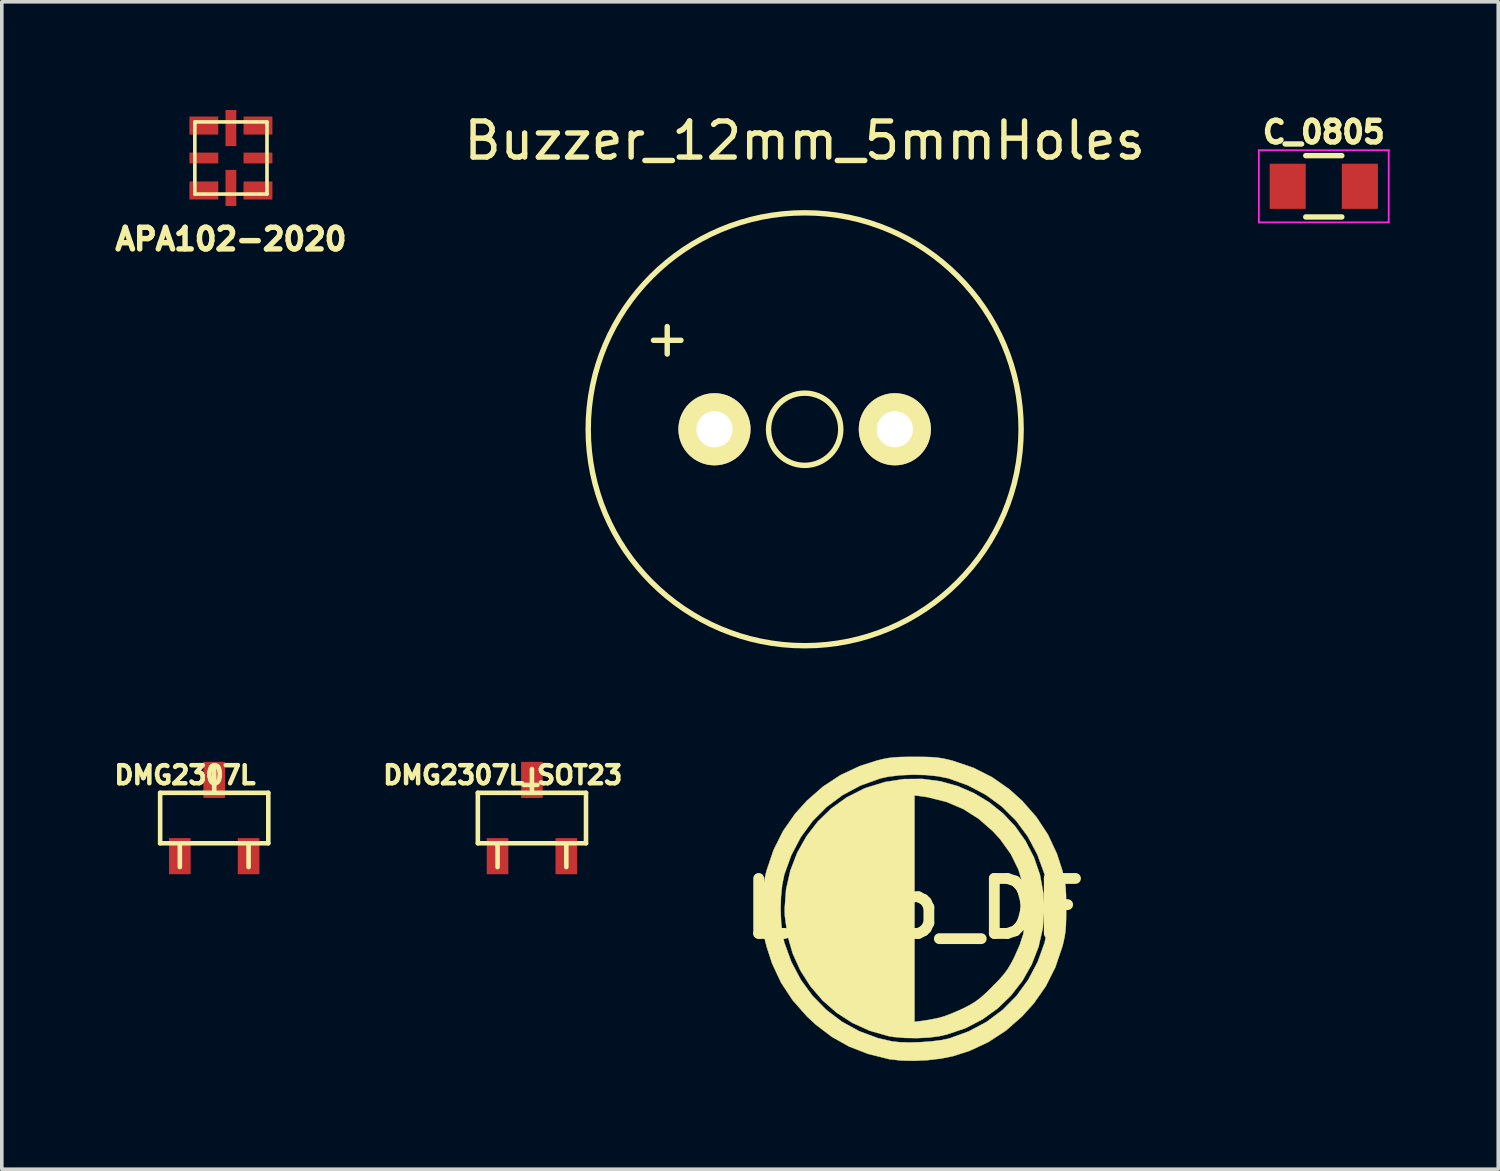
<source format=kicad_pcb>
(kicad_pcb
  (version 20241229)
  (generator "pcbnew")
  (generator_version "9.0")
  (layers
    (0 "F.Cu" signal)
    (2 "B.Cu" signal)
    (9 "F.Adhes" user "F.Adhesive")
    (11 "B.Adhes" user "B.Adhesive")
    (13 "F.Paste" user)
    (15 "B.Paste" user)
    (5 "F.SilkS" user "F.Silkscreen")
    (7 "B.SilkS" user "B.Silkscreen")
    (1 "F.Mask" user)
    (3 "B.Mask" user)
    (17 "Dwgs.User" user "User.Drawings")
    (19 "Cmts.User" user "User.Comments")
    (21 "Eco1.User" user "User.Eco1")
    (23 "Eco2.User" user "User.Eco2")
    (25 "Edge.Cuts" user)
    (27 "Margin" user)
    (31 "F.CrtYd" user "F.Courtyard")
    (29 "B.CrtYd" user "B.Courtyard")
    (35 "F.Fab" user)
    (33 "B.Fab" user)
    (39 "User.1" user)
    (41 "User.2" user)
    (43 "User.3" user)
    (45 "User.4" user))
  (footprint "Logo_DF"
    (layer "F.Cu")
    (at 22.299 22.135)
    (property "Reference" "Logo_DF" (at 0 0 0) (layer "F.SilkS") (effects (font (size 1.524 1.524) (thickness 0.3))))
    (attr through_hole)
    (fp_poly (pts (xy 0.72 -3.527) (xy 1.2 -3.394) (xy 1.653 -3.197) (xy 2.075 -2.942) (xy 2.458 -2.633) (xy 2.795 -2.273) (xy 3.082 -1.867) (xy 3.312 -1.42) (xy 3.479 -0.935) (xy 3.575 -0.416) (xy 3.598 0) (xy 3.558 0.541) (xy 3.44 1.059) (xy 3.25 1.547) (xy 2.994 2) (xy 2.677 2.409) (xy 2.304 2.77) (xy 1.881 3.074) (xy 1.414 3.316) (xy 0.907 3.488) (xy 0.684 3.539) (xy 0.4 3.576) (xy 0.072 3.592) (xy -0.265 3.586) (xy -0.575 3.559) (xy -0.72 3.535) (xy -1.236 3.389) (xy -1.716 3.172) (xy -1.765 3.141) (xy 0 3.141) (xy 0.222 3.113) (xy 0.395 3.086) (xy 0.592 3.048) (xy 0.699 3.024) (xy 0.849 2.978) (xy 1.044 2.904) (xy 1.25 2.815) (xy 1.355 2.766) (xy 1.539 2.671) (xy 1.69 2.579) (xy 1.83 2.474) (xy 1.982 2.339) (xy 2.161 2.163) (xy 2.343 1.976) (xy 2.478 1.822) (xy 2.584 1.679) (xy 2.676 1.524) (xy 2.764 1.355) (xy 2.913 1.022) (xy 3.012 0.722) (xy 3.066 0.426) (xy 3.084 0.102) (xy 3.08 -0.106) (xy 3.021 -0.606) (xy 2.885 -1.073) (xy 2.671 -1.51) (xy 2.377 -1.92) (xy 2.178 -2.139) (xy 1.781 -2.487) (xy 1.351 -2.76) (xy 0.883 -2.958) (xy 0.37 -3.086) (xy 0.201 -3.112) (xy 0 -3.138) (xy 0 3.141) (xy -1.765 3.141) (xy -2.155 2.889) (xy -2.545 2.548) (xy -2.883 2.155) (xy -3.162 1.717) (xy -3.377 1.242) (xy -3.522 0.735) (xy -3.593 0.204) (xy -3.598 0) (xy -3.558 -0.537) (xy -3.44 -1.055) (xy -3.251 -1.545) (xy -2.995 -2.001) (xy -2.677 -2.414) (xy -2.304 -2.776) (xy -1.879 -3.081) (xy -1.408 -3.32) (xy -1.336 -3.349) (xy -0.814 -3.509) (xy -0.293 -3.589) (xy 0.22 -3.594) (xy 0.72 -3.527)) (stroke (width 0.01) (type solid)) (fill yes) (layer "F.SilkS"))
    (fp_poly (pts (xy 0.271 -4.204) (xy 0.48 -4.197) (xy 0.649 -4.182) (xy 0.803 -4.158) (xy 0.964 -4.122) (xy 1.06 -4.097) (xy 1.629 -3.904) (xy 2.15 -3.642) (xy 2.63 -3.307) (xy 2.986 -2.986) (xy 3.381 -2.536) (xy 3.701 -2.048) (xy 3.949 -1.518) (xy 4.097 -1.06) (xy 4.141 -0.887) (xy 4.171 -0.733) (xy 4.19 -0.574) (xy 4.201 -0.389) (xy 4.205 -0.155) (xy 4.205 0) (xy 4.204 0.271) (xy 4.197 0.48) (xy 4.182 0.649) (xy 4.158 0.803) (xy 4.122 0.964) (xy 4.097 1.06) (xy 3.904 1.629) (xy 3.642 2.15) (xy 3.307 2.63) (xy 2.986 2.986) (xy 2.535 3.382) (xy 2.047 3.701) (xy 1.52 3.947) (xy 1.06 4.093) (xy 0.732 4.159) (xy 0.365 4.202) (xy -0.013 4.22) (xy -0.373 4.212) (xy -0.685 4.177) (xy -0.71 4.173) (xy -1.289 4.028) (xy -1.813 3.824) (xy -2.294 3.554) (xy -2.742 3.213) (xy -2.986 2.985) (xy -3.381 2.536) (xy -3.7 2.049) (xy -3.948 1.519) (xy -4.097 1.06) (xy -4.141 0.887) (xy -4.171 0.733) (xy -4.19 0.574) (xy -4.201 0.389) (xy -4.205 0.155) (xy -4.205 0.03) (xy -3.71 0.03) (xy -3.696 0.388) (xy -3.658 0.715) (xy -3.608 0.944) (xy -3.411 1.484) (xy -3.148 1.979) (xy -2.823 2.422) (xy -2.442 2.81) (xy -2.011 3.137) (xy -1.533 3.399) (xy -1.016 3.591) (xy -0.628 3.681) (xy -0.409 3.705) (xy -0.136 3.712) (xy 0.165 3.704) (xy 0.466 3.682) (xy 0.74 3.648) (xy 0.958 3.603) (xy 0.966 3.6) (xy 1.508 3.403) (xy 2.002 3.139) (xy 2.443 2.809) (xy 2.829 2.419) (xy 3.155 1.972) (xy 3.418 1.472) (xy 3.608 0.944) (xy 3.666 0.663) (xy 3.7 0.329) (xy 3.71 -0.03) (xy 3.696 -0.388) (xy 3.658 -0.715) (xy 3.608 -0.944) (xy 3.408 -1.495) (xy 3.143 -1.995) (xy 2.814 -2.439) (xy 2.424 -2.827) (xy 1.978 -3.153) (xy 1.476 -3.417) (xy 0.944 -3.608) (xy 0.66 -3.666) (xy 0.322 -3.701) (xy -0.04 -3.71) (xy -0.4 -3.695) (xy -0.731 -3.655) (xy -0.953 -3.606) (xy -1.499 -3.409) (xy -1.995 -3.144) (xy -2.438 -2.815) (xy -2.825 -2.426) (xy -3.152 -1.979) (xy -3.415 -1.478) (xy -3.608 -0.944) (xy -3.666 -0.663) (xy -3.7 -0.329) (xy -3.71 0.03) (xy -4.205 0.03) (xy -4.205 0) (xy -4.204 -0.271) (xy -4.197 -0.48) (xy -4.182 -0.649) (xy -4.158 -0.803) (xy -4.122 -0.964) (xy -4.097 -1.06) (xy -3.904 -1.629) (xy -3.642 -2.15) (xy -3.307 -2.63) (xy -2.986 -2.986) (xy -2.536 -3.381) (xy -2.048 -3.701) (xy -1.518 -3.949) (xy -1.06 -4.097) (xy -0.887 -4.141) (xy -0.733 -4.171) (xy -0.574 -4.19) (xy -0.389 -4.201) (xy -0.155 -4.205) (xy 0 -4.205) (xy 0.271 -4.204)) (stroke (width 0.01) (type solid)) (fill yes) (layer "F.SilkS")))
  (footprint "DMG2307L_SOT23"
    (layer "F.Cu")
    (at 11.695 19.626)
    (property "Reference" "DMG2307L_SOT23" (at -0.81 -1.19 0) (layer "F.SilkS") (effects (font (size 0.5 0.5) (thickness 0.125))))
    (attr through_hole)
    (fp_line (start -1.499 -0.699) (end 1.499 -0.699) (stroke (width 0.127) (type solid)) (layer "F.SilkS"))
    (fp_line (start -1.499 0.699) (end -1.499 -0.699) (stroke (width 0.127) (type solid)) (layer "F.SilkS"))
    (fp_line (start -0.953 0.699) (end -0.953 1.359) (stroke (width 0.127) (type solid)) (layer "F.SilkS"))
    (fp_line (start 0 -0.699) (end 0 -1.359) (stroke (width 0.127) (type solid)) (layer "F.SilkS"))
    (fp_line (start 0.953 0.699) (end 0.953 1.359) (stroke (width 0.127) (type solid)) (layer "F.SilkS"))
    (fp_line (start 1.499 -0.699) (end 1.499 0.699) (stroke (width 0.127) (type solid)) (layer "F.SilkS"))
    (fp_line (start 1.499 0.699) (end -1.499 0.699) (stroke (width 0.127) (type solid)) (layer "F.SilkS"))
    (pad "1" smd rect (at 0 -1.057) (size 0.599 1.001) (layers "F.Cu" "F.Mask" "F.Paste"))
    (pad "2" smd rect (at 0.953 1.057) (size 0.599 1.001) (layers "F.Cu" "F.Mask" "F.Paste"))
    (pad "3" smd rect (at -0.953 1.057) (size 0.599 1.001) (layers "F.Cu" "F.Mask" "F.Paste")))
  (footprint "DMG2307L"
    (layer "F.Cu")
    (at 2.888 19.626)
    (property "Reference" "DMG2307L" (at -0.81 -1.19 0) (layer "F.SilkS") (effects (font (size 0.5 0.5) (thickness 0.125))))
    (attr through_hole)
    (fp_line (start -1.499 -0.699) (end 1.499 -0.699) (stroke (width 0.127) (type solid)) (layer "F.SilkS"))
    (fp_line (start -1.499 0.699) (end -1.499 -0.699) (stroke (width 0.127) (type solid)) (layer "F.SilkS"))
    (fp_line (start -0.953 0.699) (end -0.953 1.359) (stroke (width 0.127) (type solid)) (layer "F.SilkS"))
    (fp_line (start 0 -0.699) (end 0 -1.359) (stroke (width 0.127) (type solid)) (layer "F.SilkS"))
    (fp_line (start 0.953 0.699) (end 0.953 1.359) (stroke (width 0.127) (type solid)) (layer "F.SilkS"))
    (fp_line (start 1.499 -0.699) (end 1.499 0.699) (stroke (width 0.127) (type solid)) (layer "F.SilkS"))
    (fp_line (start 1.499 0.699) (end -1.499 0.699) (stroke (width 0.127) (type solid)) (layer "F.SilkS"))
    (pad "1" smd rect (at 0 -1.057) (size 0.599 1.001) (layers "F.Cu" "F.Mask" "F.Paste"))
    (pad "2" smd rect (at 0.953 1.057) (size 0.599 1.001) (layers "F.Cu" "F.Mask" "F.Paste"))
    (pad "3" smd rect (at -0.953 1.057) (size 0.599 1.001) (layers "F.Cu" "F.Mask" "F.Paste")))
  (footprint "Buzzer_12mm_5mmHoles"
    (layer "F.Cu")
    (at 19.255 8.849)
    (property "Reference" "Buzzer_12mm_5mmHoles" (at 0 -8.001 0) (layer "F.SilkS") (effects (font (size 1 1) (thickness 0.15))))
    (attr through_hole)
    (fp_circle (center 0 0) (end 1.001 0) (stroke (width 0.15) (type solid)) (fill no) (layer "F.SilkS"))
    (fp_circle (center 0 0) (end 6 0) (stroke (width 0.15) (type solid)) (fill no) (layer "F.SilkS"))
    (fp_text user "+" (at -3.81 -2.54 0) (layer "F.SilkS") (effects (font (size 1 1) (thickness 0.15))))
    (pad "1" thru_hole circle (at -2.5 0) (size 2 2) (drill 1.001) (layers "*.Cu" "*.Mask" "F.SilkS"))
    (pad "2" thru_hole circle (at 2.5 0) (size 2 2) (drill 1.001) (layers "*.Cu" "*.Mask" "F.SilkS")))
  (footprint "APA102-2020"
    (layer "F.Cu")
    (at 3.351 1.33)
    (property "Reference" "APA102-2020" (at 0 2.25 0) (layer "F.SilkS") (effects (font (size 0.6 0.6) (thickness 0.15))))
    (attr through_hole)
    (fp_line (start -1 -1) (end 1 -1) (stroke (width 0.1) (type solid)) (layer "F.SilkS"))
    (fp_line (start -1 1) (end -1 -1) (stroke (width 0.1) (type solid)) (layer "F.SilkS"))
    (fp_line (start 1 -1) (end 1 1) (stroke (width 0.1) (type solid)) (layer "F.SilkS"))
    (fp_line (start 1 1) (end -1 1) (stroke (width 0.1) (type solid)) (layer "F.SilkS"))
    (pad "0" smd rect (at 0 0.83) (size 0.3 1) (layers "F.Cu" "F.Mask" "F.Paste"))
    (pad "1" smd rect (at -0.75 -0.9) (size 0.8 0.5) (layers "F.Cu" "F.Mask" "F.Paste"))
    (pad "1" smd rect (at 0 -0.83) (size 0.3 1) (layers "F.Cu" "F.Mask" "F.Paste"))
    (pad "2" smd rect (at -0.75 0) (size 0.8 0.3) (layers "F.Cu" "F.Mask" "F.Paste"))
    (pad "3" smd rect (at -0.75 0.9) (size 0.8 0.5) (layers "F.Cu" "F.Mask" "F.Paste"))
    (pad "4" smd rect (at 0.75 0.9) (size 0.8 0.5) (layers "F.Cu" "F.Mask" "F.Paste"))
    (pad "5" smd rect (at 0.75 0) (size 0.8 0.3) (layers "F.Cu" "F.Mask" "F.Paste"))
    (pad "6" smd rect (at 0.75 -0.9) (size 0.8 0.5) (layers "F.Cu" "F.Mask" "F.Paste")))
  (footprint "C_0805"
    (layer "F.Cu")
    (at 33.645 2.114)
    (property "Reference" "C_0805" (at 0 -1.5 0) (layer "F.SilkS") (effects (font (size 0.6 0.6) (thickness 0.15))))
    (attr smd)
    (fp_line (start -0.5 0.85) (end 0.5 0.85) (stroke (width 0.15) (type solid)) (layer "F.SilkS"))
    (fp_line (start 0.5 -0.85) (end -0.5 -0.85) (stroke (width 0.15) (type solid)) (layer "F.SilkS"))
    (fp_line (start -1.8 -1) (end -1.8 1) (stroke (width 0.05) (type solid)) (layer "F.CrtYd"))
    (fp_line (start -1.8 -1) (end 1.8 -1) (stroke (width 0.05) (type solid)) (layer "F.CrtYd"))
    (fp_line (start -1.8 1) (end 1.8 1) (stroke (width 0.05) (type solid)) (layer "F.CrtYd"))
    (fp_line (start 1.8 -1) (end 1.8 1) (stroke (width 0.05) (type solid)) (layer "F.CrtYd"))
    (pad "1" smd rect (at -1 0) (size 1 1.25) (layers "F.Cu" "F.Mask" "F.Paste"))
    (pad "2" smd rect (at 1 0) (size 1 1.25) (layers "F.Cu" "F.Mask" "F.Paste")))
  (gr_rect
    (start -3 -3)
    (end 38.481 29.36)
    (stroke (width 0.1) (type default))
    (fill no)
    (layer "Edge.Cuts")))
</source>
